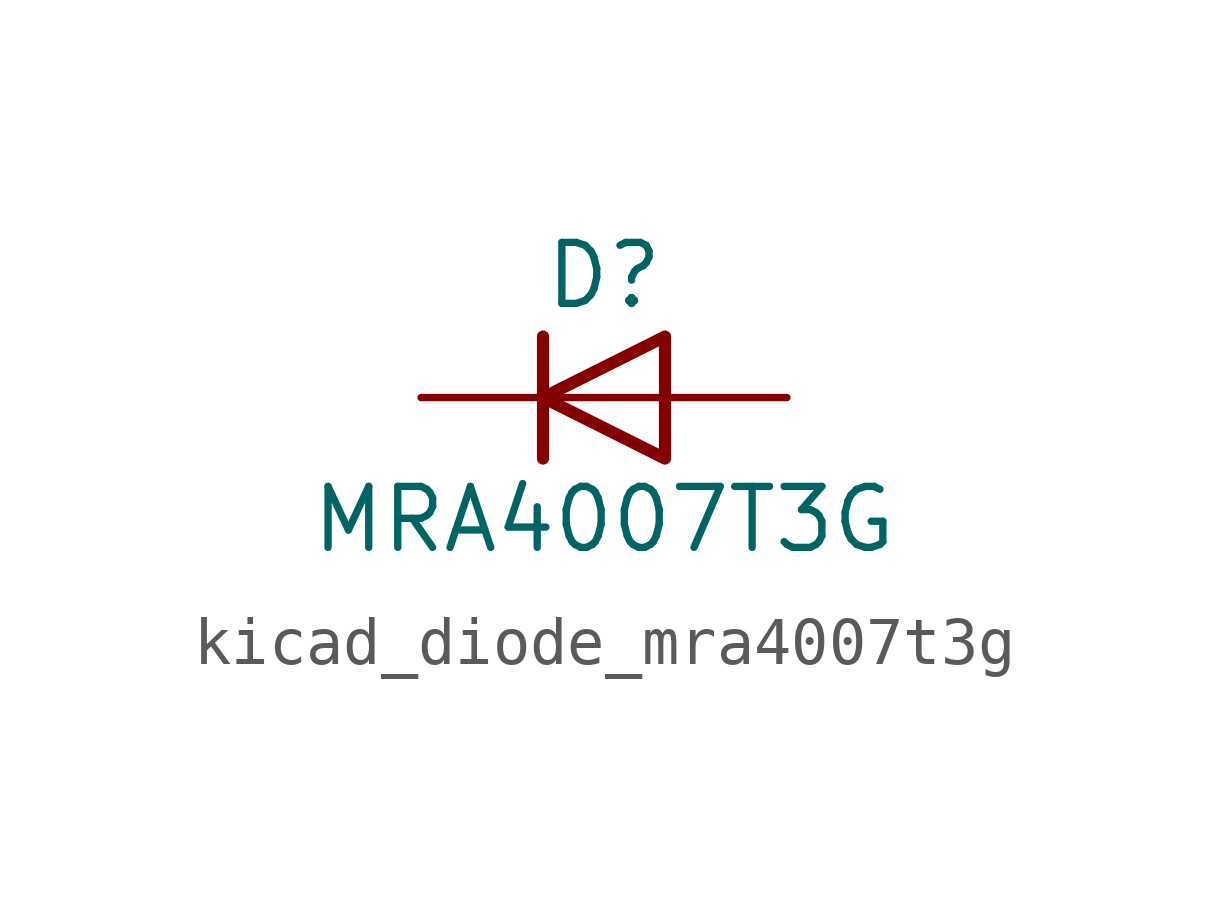
<source format=kicad_sym>
(kicad_symbol_lib
  (version 20220914)
  (generator kicad_symbol_editor)
  (symbol "kicad_diode_mra4007t3g"
    (pin_numbers hide)
    (pin_names hide)
    (property "Reference" "D"
      (at 0 2.54 0)
      (effects (font (size 1.27 1.27))))
    (property "Value" "MRA4007T3G"
      (at 0 -2.54 0)
      (effects (font (size 1.27 1.27))))
    (symbol "kicad_diode_mra4007t3g_0_1"
      (polyline (pts (xy -1.27 1.27) (xy -1.27 -1.27)) (stroke (width 0.254) (type default)) (fill (type none)))
      (polyline (pts (xy 1.27 0) (xy -1.27 0)) (stroke (width 0) (type default)) (fill (type none)))
      (polyline (pts (xy 1.27 1.27) (xy 1.27 -1.27) (xy -1.27 0) (xy 1.27 1.27)) (stroke (width 0.254) (type default)) (fill (type none))))
    (symbol "kicad_diode_mra4007t3g_1_1"
      (pin passive line (at -3.81 0 0) (length 2.54) (name "K" (effects (font (size 1.27 1.27)))) (number "1" (effects (font (size 1.27 1.27)))))
      (pin passive line (at 3.81 0 180) (length 2.54) (name "A" (effects (font (size 1.27 1.27)))) (number "2" (effects (font (size 1.27 1.27))))))))
</source>
